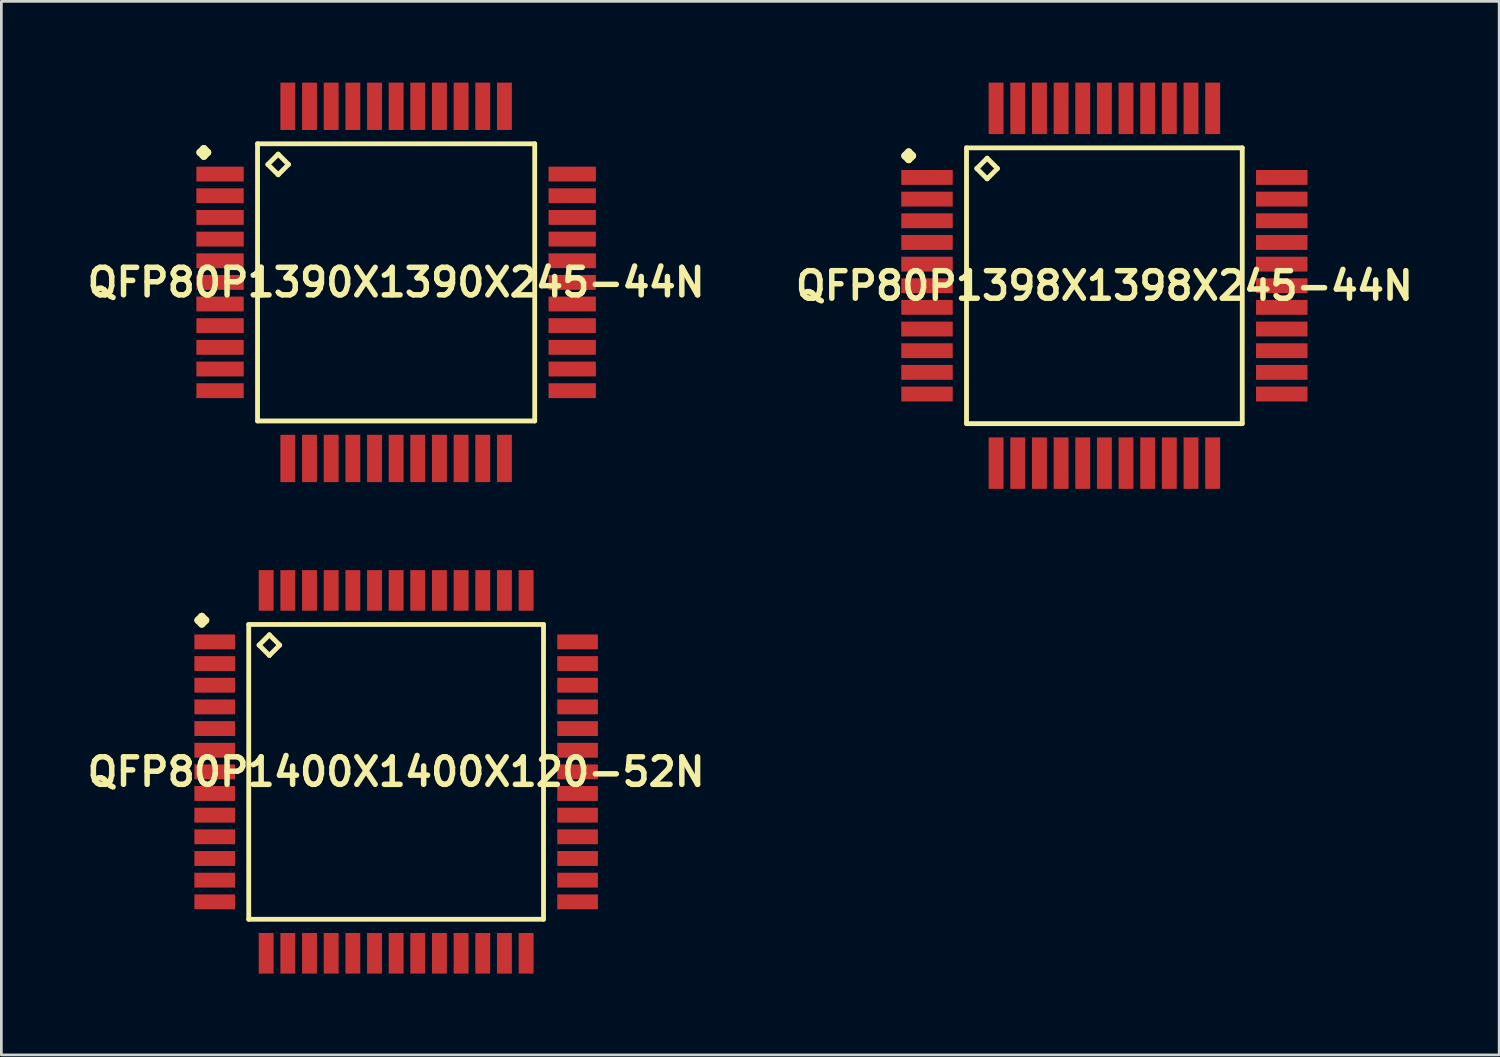
<source format=kicad_pcb>
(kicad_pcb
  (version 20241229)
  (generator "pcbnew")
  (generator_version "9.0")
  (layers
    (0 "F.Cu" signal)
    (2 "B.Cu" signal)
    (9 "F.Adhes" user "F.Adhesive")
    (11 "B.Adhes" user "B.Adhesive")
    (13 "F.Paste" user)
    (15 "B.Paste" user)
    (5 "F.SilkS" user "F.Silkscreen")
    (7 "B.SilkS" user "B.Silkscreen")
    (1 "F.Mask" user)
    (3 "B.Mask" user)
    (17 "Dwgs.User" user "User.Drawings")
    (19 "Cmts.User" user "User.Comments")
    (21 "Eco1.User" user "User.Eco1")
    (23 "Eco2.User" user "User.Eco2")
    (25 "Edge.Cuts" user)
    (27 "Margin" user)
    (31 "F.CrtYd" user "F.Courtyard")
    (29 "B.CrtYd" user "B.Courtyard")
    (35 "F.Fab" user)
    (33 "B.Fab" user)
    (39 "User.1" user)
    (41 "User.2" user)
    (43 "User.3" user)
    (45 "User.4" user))
  (footprint "QFP80P1400X1400X120-52N"
    (layer "F.Cu")
    (at 11.573 25.443)
    (property "Reference" "QFP80P1400X1400X120-52N" (at 0 0 0) (layer "F.SilkS") (effects (font (size 1.016 1.016) (thickness 0.203))))
    (attr smd)
    (fp_line (start -7.31 -5.598) (end -7.173 -5.735) (stroke (width 0.274) (type solid)) (layer "F.SilkS"))
    (fp_line (start -7.173 -5.735) (end -7.036 -5.598) (stroke (width 0.274) (type solid)) (layer "F.SilkS"))
    (fp_line (start -7.173 -5.461) (end -7.31 -5.598) (stroke (width 0.274) (type solid)) (layer "F.SilkS"))
    (fp_line (start -7.036 -5.598) (end -7.173 -5.461) (stroke (width 0.274) (type solid)) (layer "F.SilkS"))
    (fp_line (start -5.441 -5.441) (end -5.441 5.441) (stroke (width 0.178) (type solid)) (layer "F.SilkS"))
    (fp_line (start -5.441 5.441) (end 5.441 5.441) (stroke (width 0.178) (type solid)) (layer "F.SilkS"))
    (fp_line (start -5.06 -4.679) (end -4.679 -5.06) (stroke (width 0.178) (type solid)) (layer "F.SilkS"))
    (fp_line (start -4.679 -5.06) (end -4.298 -4.679) (stroke (width 0.178) (type solid)) (layer "F.SilkS"))
    (fp_line (start -4.679 -4.298) (end -5.06 -4.679) (stroke (width 0.178) (type solid)) (layer "F.SilkS"))
    (fp_line (start -4.298 -4.679) (end -4.679 -4.298) (stroke (width 0.178) (type solid)) (layer "F.SilkS"))
    (fp_line (start 5.441 -5.441) (end -5.441 -5.441) (stroke (width 0.178) (type solid)) (layer "F.SilkS"))
    (fp_line (start 5.441 5.441) (end 5.441 -5.441) (stroke (width 0.178) (type solid)) (layer "F.SilkS"))
    (pad "1" smd rect (at -6.698 -4.798) (size 1.499 0.549) (layers "F.Cu" "F.Mask" "F.Paste"))
    (pad "2" smd rect (at -6.698 -3.998) (size 1.499 0.549) (layers "F.Cu" "F.Mask" "F.Paste"))
    (pad "3" smd rect (at -6.698 -3.198) (size 1.499 0.549) (layers "F.Cu" "F.Mask" "F.Paste"))
    (pad "4" smd rect (at -6.698 -2.398) (size 1.499 0.549) (layers "F.Cu" "F.Mask" "F.Paste"))
    (pad "5" smd rect (at -6.698 -1.598) (size 1.499 0.549) (layers "F.Cu" "F.Mask" "F.Paste"))
    (pad "6" smd rect (at -6.698 -0.798) (size 1.499 0.549) (layers "F.Cu" "F.Mask" "F.Paste"))
    (pad "7" smd rect (at -6.698 0) (size 1.499 0.549) (layers "F.Cu" "F.Mask" "F.Paste"))
    (pad "8" smd rect (at -6.698 0.798) (size 1.499 0.549) (layers "F.Cu" "F.Mask" "F.Paste"))
    (pad "9" smd rect (at -6.698 1.598) (size 1.499 0.549) (layers "F.Cu" "F.Mask" "F.Paste"))
    (pad "10" smd rect (at -6.698 2.398) (size 1.499 0.549) (layers "F.Cu" "F.Mask" "F.Paste"))
    (pad "11" smd rect (at -6.698 3.198) (size 1.499 0.549) (layers "F.Cu" "F.Mask" "F.Paste"))
    (pad "12" smd rect (at -6.698 3.998) (size 1.499 0.549) (layers "F.Cu" "F.Mask" "F.Paste"))
    (pad "13" smd rect (at -6.698 4.798) (size 1.499 0.549) (layers "F.Cu" "F.Mask" "F.Paste"))
    (pad "14" smd rect (at -4.798 6.698) (size 0.549 1.499) (layers "F.Cu" "F.Mask" "F.Paste"))
    (pad "15" smd rect (at -3.998 6.698) (size 0.549 1.499) (layers "F.Cu" "F.Mask" "F.Paste"))
    (pad "16" smd rect (at -3.198 6.698) (size 0.549 1.499) (layers "F.Cu" "F.Mask" "F.Paste"))
    (pad "17" smd rect (at -2.398 6.698) (size 0.549 1.499) (layers "F.Cu" "F.Mask" "F.Paste"))
    (pad "18" smd rect (at -1.598 6.698) (size 0.549 1.499) (layers "F.Cu" "F.Mask" "F.Paste"))
    (pad "19" smd rect (at -0.798 6.698) (size 0.549 1.499) (layers "F.Cu" "F.Mask" "F.Paste"))
    (pad "20" smd rect (at 0 6.698) (size 0.549 1.499) (layers "F.Cu" "F.Mask" "F.Paste"))
    (pad "21" smd rect (at 0.798 6.698) (size 0.549 1.499) (layers "F.Cu" "F.Mask" "F.Paste"))
    (pad "22" smd rect (at 1.598 6.698) (size 0.549 1.499) (layers "F.Cu" "F.Mask" "F.Paste"))
    (pad "23" smd rect (at 2.398 6.698) (size 0.549 1.499) (layers "F.Cu" "F.Mask" "F.Paste"))
    (pad "24" smd rect (at 3.198 6.698) (size 0.549 1.499) (layers "F.Cu" "F.Mask" "F.Paste"))
    (pad "25" smd rect (at 3.998 6.698) (size 0.549 1.499) (layers "F.Cu" "F.Mask" "F.Paste"))
    (pad "26" smd rect (at 4.798 6.698) (size 0.549 1.499) (layers "F.Cu" "F.Mask" "F.Paste"))
    (pad "27" smd rect (at 6.698 4.798) (size 1.499 0.549) (layers "F.Cu" "F.Mask" "F.Paste"))
    (pad "28" smd rect (at 6.698 3.998) (size 1.499 0.549) (layers "F.Cu" "F.Mask" "F.Paste"))
    (pad "29" smd rect (at 6.698 3.198) (size 1.499 0.549) (layers "F.Cu" "F.Mask" "F.Paste"))
    (pad "30" smd rect (at 6.698 2.398) (size 1.499 0.549) (layers "F.Cu" "F.Mask" "F.Paste"))
    (pad "31" smd rect (at 6.698 1.598) (size 1.499 0.549) (layers "F.Cu" "F.Mask" "F.Paste"))
    (pad "32" smd rect (at 6.698 0.798) (size 1.499 0.549) (layers "F.Cu" "F.Mask" "F.Paste"))
    (pad "33" smd rect (at 6.698 0) (size 1.499 0.549) (layers "F.Cu" "F.Mask" "F.Paste"))
    (pad "34" smd rect (at 6.698 -0.798) (size 1.499 0.549) (layers "F.Cu" "F.Mask" "F.Paste"))
    (pad "35" smd rect (at 6.698 -1.598) (size 1.499 0.549) (layers "F.Cu" "F.Mask" "F.Paste"))
    (pad "36" smd rect (at 6.698 -2.398) (size 1.499 0.549) (layers "F.Cu" "F.Mask" "F.Paste"))
    (pad "37" smd rect (at 6.698 -3.198) (size 1.499 0.549) (layers "F.Cu" "F.Mask" "F.Paste"))
    (pad "38" smd rect (at 6.698 -3.998) (size 1.499 0.549) (layers "F.Cu" "F.Mask" "F.Paste"))
    (pad "39" smd rect (at 6.698 -4.798) (size 1.499 0.549) (layers "F.Cu" "F.Mask" "F.Paste"))
    (pad "40" smd rect (at 4.798 -6.698) (size 0.549 1.499) (layers "F.Cu" "F.Mask" "F.Paste"))
    (pad "41" smd rect (at 3.998 -6.698) (size 0.549 1.499) (layers "F.Cu" "F.Mask" "F.Paste"))
    (pad "42" smd rect (at 3.198 -6.698) (size 0.549 1.499) (layers "F.Cu" "F.Mask" "F.Paste"))
    (pad "43" smd rect (at 2.398 -6.698) (size 0.549 1.499) (layers "F.Cu" "F.Mask" "F.Paste"))
    (pad "44" smd rect (at 1.598 -6.698) (size 0.549 1.499) (layers "F.Cu" "F.Mask" "F.Paste"))
    (pad "45" smd rect (at 0.798 -6.698) (size 0.549 1.499) (layers "F.Cu" "F.Mask" "F.Paste"))
    (pad "46" smd rect (at 0 -6.698) (size 0.549 1.499) (layers "F.Cu" "F.Mask" "F.Paste"))
    (pad "47" smd rect (at -0.798 -6.698) (size 0.549 1.499) (layers "F.Cu" "F.Mask" "F.Paste"))
    (pad "48" smd rect (at -1.598 -6.698) (size 0.549 1.499) (layers "F.Cu" "F.Mask" "F.Paste"))
    (pad "49" smd rect (at -2.398 -6.698) (size 0.549 1.499) (layers "F.Cu" "F.Mask" "F.Paste"))
    (pad "50" smd rect (at -3.198 -6.698) (size 0.549 1.499) (layers "F.Cu" "F.Mask" "F.Paste"))
    (pad "51" smd rect (at -3.998 -6.698) (size 0.549 1.499) (layers "F.Cu" "F.Mask" "F.Paste"))
    (pad "52" smd rect (at -4.798 -6.698) (size 0.549 1.499) (layers "F.Cu" "F.Mask" "F.Paste")))
  (footprint "QFP80P1390X1390X245-44N"
    (layer "F.Cu")
    (at 11.573 7.374)
    (property "Reference" "QFP80P1390X1390X245-44N" (at 0 0 0) (layer "F.SilkS") (effects (font (size 1.016 1.016) (thickness 0.203))))
    (attr smd)
    (fp_line (start -7.236 -4.798) (end -7.099 -4.935) (stroke (width 0.274) (type solid)) (layer "F.SilkS"))
    (fp_line (start -7.099 -4.935) (end -6.962 -4.798) (stroke (width 0.274) (type solid)) (layer "F.SilkS"))
    (fp_line (start -7.099 -4.661) (end -7.236 -4.798) (stroke (width 0.274) (type solid)) (layer "F.SilkS"))
    (fp_line (start -6.962 -4.798) (end -7.099 -4.661) (stroke (width 0.274) (type solid)) (layer "F.SilkS"))
    (fp_line (start -5.116 -5.116) (end -5.116 5.116) (stroke (width 0.178) (type solid)) (layer "F.SilkS"))
    (fp_line (start -5.116 5.116) (end 5.116 5.116) (stroke (width 0.178) (type solid)) (layer "F.SilkS"))
    (fp_line (start -4.735 -4.354) (end -4.354 -4.735) (stroke (width 0.178) (type solid)) (layer "F.SilkS"))
    (fp_line (start -4.354 -4.735) (end -3.973 -4.354) (stroke (width 0.178) (type solid)) (layer "F.SilkS"))
    (fp_line (start -4.354 -3.973) (end -4.735 -4.354) (stroke (width 0.178) (type solid)) (layer "F.SilkS"))
    (fp_line (start -3.973 -4.354) (end -4.354 -3.973) (stroke (width 0.178) (type solid)) (layer "F.SilkS"))
    (fp_line (start 5.116 -5.116) (end -5.116 -5.116) (stroke (width 0.178) (type solid)) (layer "F.SilkS"))
    (fp_line (start 5.116 5.116) (end 5.116 -5.116) (stroke (width 0.178) (type solid)) (layer "F.SilkS"))
    (pad "1" smd rect (at -6.5 -3.998) (size 1.748 0.549) (layers "F.Cu" "F.Mask" "F.Paste"))
    (pad "2" smd rect (at -6.5 -3.198) (size 1.748 0.549) (layers "F.Cu" "F.Mask" "F.Paste"))
    (pad "3" smd rect (at -6.5 -2.398) (size 1.748 0.549) (layers "F.Cu" "F.Mask" "F.Paste"))
    (pad "4" smd rect (at -6.5 -1.598) (size 1.748 0.549) (layers "F.Cu" "F.Mask" "F.Paste"))
    (pad "5" smd rect (at -6.5 -0.798) (size 1.748 0.549) (layers "F.Cu" "F.Mask" "F.Paste"))
    (pad "6" smd rect (at -6.5 0) (size 1.748 0.549) (layers "F.Cu" "F.Mask" "F.Paste"))
    (pad "7" smd rect (at -6.5 0.798) (size 1.748 0.549) (layers "F.Cu" "F.Mask" "F.Paste"))
    (pad "8" smd rect (at -6.5 1.598) (size 1.748 0.549) (layers "F.Cu" "F.Mask" "F.Paste"))
    (pad "9" smd rect (at -6.5 2.398) (size 1.748 0.549) (layers "F.Cu" "F.Mask" "F.Paste"))
    (pad "10" smd rect (at -6.5 3.198) (size 1.748 0.549) (layers "F.Cu" "F.Mask" "F.Paste"))
    (pad "11" smd rect (at -6.5 3.998) (size 1.748 0.549) (layers "F.Cu" "F.Mask" "F.Paste"))
    (pad "12" smd rect (at -3.998 6.5) (size 0.549 1.748) (layers "F.Cu" "F.Mask" "F.Paste"))
    (pad "13" smd rect (at -3.198 6.5) (size 0.549 1.748) (layers "F.Cu" "F.Mask" "F.Paste"))
    (pad "14" smd rect (at -2.398 6.5) (size 0.549 1.748) (layers "F.Cu" "F.Mask" "F.Paste"))
    (pad "15" smd rect (at -1.598 6.5) (size 0.549 1.748) (layers "F.Cu" "F.Mask" "F.Paste"))
    (pad "16" smd rect (at -0.798 6.5) (size 0.549 1.748) (layers "F.Cu" "F.Mask" "F.Paste"))
    (pad "17" smd rect (at 0 6.5) (size 0.549 1.748) (layers "F.Cu" "F.Mask" "F.Paste"))
    (pad "18" smd rect (at 0.798 6.5) (size 0.549 1.748) (layers "F.Cu" "F.Mask" "F.Paste"))
    (pad "19" smd rect (at 1.598 6.5) (size 0.549 1.748) (layers "F.Cu" "F.Mask" "F.Paste"))
    (pad "20" smd rect (at 2.398 6.5) (size 0.549 1.748) (layers "F.Cu" "F.Mask" "F.Paste"))
    (pad "21" smd rect (at 3.198 6.5) (size 0.549 1.748) (layers "F.Cu" "F.Mask" "F.Paste"))
    (pad "22" smd rect (at 3.998 6.5) (size 0.549 1.748) (layers "F.Cu" "F.Mask" "F.Paste"))
    (pad "23" smd rect (at 6.5 3.998) (size 1.748 0.549) (layers "F.Cu" "F.Mask" "F.Paste"))
    (pad "24" smd rect (at 6.5 3.198) (size 1.748 0.549) (layers "F.Cu" "F.Mask" "F.Paste"))
    (pad "25" smd rect (at 6.5 2.398) (size 1.748 0.549) (layers "F.Cu" "F.Mask" "F.Paste"))
    (pad "26" smd rect (at 6.5 1.598) (size 1.748 0.549) (layers "F.Cu" "F.Mask" "F.Paste"))
    (pad "27" smd rect (at 6.5 0.798) (size 1.748 0.549) (layers "F.Cu" "F.Mask" "F.Paste"))
    (pad "28" smd rect (at 6.5 0) (size 1.748 0.549) (layers "F.Cu" "F.Mask" "F.Paste"))
    (pad "29" smd rect (at 6.5 -0.798) (size 1.748 0.549) (layers "F.Cu" "F.Mask" "F.Paste"))
    (pad "30" smd rect (at 6.5 -1.598) (size 1.748 0.549) (layers "F.Cu" "F.Mask" "F.Paste"))
    (pad "31" smd rect (at 6.5 -2.398) (size 1.748 0.549) (layers "F.Cu" "F.Mask" "F.Paste"))
    (pad "32" smd rect (at 6.5 -3.198) (size 1.748 0.549) (layers "F.Cu" "F.Mask" "F.Paste"))
    (pad "33" smd rect (at 6.5 -3.998) (size 1.748 0.549) (layers "F.Cu" "F.Mask" "F.Paste"))
    (pad "34" smd rect (at 3.998 -6.5) (size 0.549 1.748) (layers "F.Cu" "F.Mask" "F.Paste"))
    (pad "35" smd rect (at 3.198 -6.5) (size 0.549 1.748) (layers "F.Cu" "F.Mask" "F.Paste"))
    (pad "36" smd rect (at 2.398 -6.5) (size 0.549 1.748) (layers "F.Cu" "F.Mask" "F.Paste"))
    (pad "37" smd rect (at 1.598 -6.5) (size 0.549 1.748) (layers "F.Cu" "F.Mask" "F.Paste"))
    (pad "38" smd rect (at 0.798 -6.5) (size 0.549 1.748) (layers "F.Cu" "F.Mask" "F.Paste"))
    (pad "39" smd rect (at 0 -6.5) (size 0.549 1.748) (layers "F.Cu" "F.Mask" "F.Paste"))
    (pad "40" smd rect (at -0.798 -6.5) (size 0.549 1.748) (layers "F.Cu" "F.Mask" "F.Paste"))
    (pad "41" smd rect (at -1.598 -6.5) (size 0.549 1.748) (layers "F.Cu" "F.Mask" "F.Paste"))
    (pad "42" smd rect (at -2.398 -6.5) (size 0.549 1.748) (layers "F.Cu" "F.Mask" "F.Paste"))
    (pad "43" smd rect (at -3.198 -6.5) (size 0.549 1.748) (layers "F.Cu" "F.Mask" "F.Paste"))
    (pad "44" smd rect (at -3.998 -6.5) (size 0.549 1.748) (layers "F.Cu" "F.Mask" "F.Paste")))
  (footprint "QFP80P1398X1398X245-44N"
    (layer "F.Cu")
    (at 37.718 7.498)
    (property "Reference" "QFP80P1398X1398X245-44N" (at 0 0 0) (layer "F.SilkS") (effects (font (size 1.016 1.016) (thickness 0.203))))
    (attr smd)
    (fp_line (start -7.361 -4.798) (end -7.224 -4.935) (stroke (width 0.274) (type solid)) (layer "F.SilkS"))
    (fp_line (start -7.224 -4.935) (end -7.087 -4.798) (stroke (width 0.274) (type solid)) (layer "F.SilkS"))
    (fp_line (start -7.224 -4.661) (end -7.361 -4.798) (stroke (width 0.274) (type solid)) (layer "F.SilkS"))
    (fp_line (start -7.087 -4.798) (end -7.224 -4.661) (stroke (width 0.274) (type solid)) (layer "F.SilkS"))
    (fp_line (start -5.09 -5.09) (end -5.09 5.09) (stroke (width 0.178) (type solid)) (layer "F.SilkS"))
    (fp_line (start -5.09 5.09) (end 5.09 5.09) (stroke (width 0.178) (type solid)) (layer "F.SilkS"))
    (fp_line (start -4.709 -4.328) (end -4.328 -4.709) (stroke (width 0.178) (type solid)) (layer "F.SilkS"))
    (fp_line (start -4.328 -4.709) (end -3.947 -4.328) (stroke (width 0.178) (type solid)) (layer "F.SilkS"))
    (fp_line (start -4.328 -3.947) (end -4.709 -4.328) (stroke (width 0.178) (type solid)) (layer "F.SilkS"))
    (fp_line (start -3.947 -4.328) (end -4.328 -3.947) (stroke (width 0.178) (type solid)) (layer "F.SilkS"))
    (fp_line (start 5.09 -5.09) (end -5.09 -5.09) (stroke (width 0.178) (type solid)) (layer "F.SilkS"))
    (fp_line (start 5.09 5.09) (end 5.09 -5.09) (stroke (width 0.178) (type solid)) (layer "F.SilkS"))
    (pad "1" smd rect (at -6.548 -3.998) (size 1.9 0.549) (layers "F.Cu" "F.Mask" "F.Paste"))
    (pad "2" smd rect (at -6.548 -3.198) (size 1.9 0.549) (layers "F.Cu" "F.Mask" "F.Paste"))
    (pad "3" smd rect (at -6.548 -2.398) (size 1.9 0.549) (layers "F.Cu" "F.Mask" "F.Paste"))
    (pad "4" smd rect (at -6.548 -1.598) (size 1.9 0.549) (layers "F.Cu" "F.Mask" "F.Paste"))
    (pad "5" smd rect (at -6.548 -0.798) (size 1.9 0.549) (layers "F.Cu" "F.Mask" "F.Paste"))
    (pad "6" smd rect (at -6.548 0) (size 1.9 0.549) (layers "F.Cu" "F.Mask" "F.Paste"))
    (pad "7" smd rect (at -6.548 0.798) (size 1.9 0.549) (layers "F.Cu" "F.Mask" "F.Paste"))
    (pad "8" smd rect (at -6.548 1.598) (size 1.9 0.549) (layers "F.Cu" "F.Mask" "F.Paste"))
    (pad "9" smd rect (at -6.548 2.398) (size 1.9 0.549) (layers "F.Cu" "F.Mask" "F.Paste"))
    (pad "10" smd rect (at -6.548 3.198) (size 1.9 0.549) (layers "F.Cu" "F.Mask" "F.Paste"))
    (pad "11" smd rect (at -6.548 3.998) (size 1.9 0.549) (layers "F.Cu" "F.Mask" "F.Paste"))
    (pad "12" smd rect (at -3.998 6.548) (size 0.549 1.9) (layers "F.Cu" "F.Mask" "F.Paste"))
    (pad "13" smd rect (at -3.198 6.548) (size 0.549 1.9) (layers "F.Cu" "F.Mask" "F.Paste"))
    (pad "14" smd rect (at -2.398 6.548) (size 0.549 1.9) (layers "F.Cu" "F.Mask" "F.Paste"))
    (pad "15" smd rect (at -1.598 6.548) (size 0.549 1.9) (layers "F.Cu" "F.Mask" "F.Paste"))
    (pad "16" smd rect (at -0.798 6.548) (size 0.549 1.9) (layers "F.Cu" "F.Mask" "F.Paste"))
    (pad "17" smd rect (at 0 6.548) (size 0.549 1.9) (layers "F.Cu" "F.Mask" "F.Paste"))
    (pad "18" smd rect (at 0.798 6.548) (size 0.549 1.9) (layers "F.Cu" "F.Mask" "F.Paste"))
    (pad "19" smd rect (at 1.598 6.548) (size 0.549 1.9) (layers "F.Cu" "F.Mask" "F.Paste"))
    (pad "20" smd rect (at 2.398 6.548) (size 0.549 1.9) (layers "F.Cu" "F.Mask" "F.Paste"))
    (pad "21" smd rect (at 3.198 6.548) (size 0.549 1.9) (layers "F.Cu" "F.Mask" "F.Paste"))
    (pad "22" smd rect (at 3.998 6.548) (size 0.549 1.9) (layers "F.Cu" "F.Mask" "F.Paste"))
    (pad "23" smd rect (at 6.548 3.998) (size 1.9 0.549) (layers "F.Cu" "F.Mask" "F.Paste"))
    (pad "24" smd rect (at 6.548 3.198) (size 1.9 0.549) (layers "F.Cu" "F.Mask" "F.Paste"))
    (pad "25" smd rect (at 6.548 2.398) (size 1.9 0.549) (layers "F.Cu" "F.Mask" "F.Paste"))
    (pad "26" smd rect (at 6.548 1.598) (size 1.9 0.549) (layers "F.Cu" "F.Mask" "F.Paste"))
    (pad "27" smd rect (at 6.548 0.798) (size 1.9 0.549) (layers "F.Cu" "F.Mask" "F.Paste"))
    (pad "28" smd rect (at 6.548 0) (size 1.9 0.549) (layers "F.Cu" "F.Mask" "F.Paste"))
    (pad "29" smd rect (at 6.548 -0.798) (size 1.9 0.549) (layers "F.Cu" "F.Mask" "F.Paste"))
    (pad "30" smd rect (at 6.548 -1.598) (size 1.9 0.549) (layers "F.Cu" "F.Mask" "F.Paste"))
    (pad "31" smd rect (at 6.548 -2.398) (size 1.9 0.549) (layers "F.Cu" "F.Mask" "F.Paste"))
    (pad "32" smd rect (at 6.548 -3.198) (size 1.9 0.549) (layers "F.Cu" "F.Mask" "F.Paste"))
    (pad "33" smd rect (at 6.548 -3.998) (size 1.9 0.549) (layers "F.Cu" "F.Mask" "F.Paste"))
    (pad "34" smd rect (at 3.998 -6.548) (size 0.549 1.9) (layers "F.Cu" "F.Mask" "F.Paste"))
    (pad "35" smd rect (at 3.198 -6.548) (size 0.549 1.9) (layers "F.Cu" "F.Mask" "F.Paste"))
    (pad "36" smd rect (at 2.398 -6.548) (size 0.549 1.9) (layers "F.Cu" "F.Mask" "F.Paste"))
    (pad "37" smd rect (at 1.598 -6.548) (size 0.549 1.9) (layers "F.Cu" "F.Mask" "F.Paste"))
    (pad "38" smd rect (at 0.798 -6.548) (size 0.549 1.9) (layers "F.Cu" "F.Mask" "F.Paste"))
    (pad "39" smd rect (at 0 -6.548) (size 0.549 1.9) (layers "F.Cu" "F.Mask" "F.Paste"))
    (pad "40" smd rect (at -0.798 -6.548) (size 0.549 1.9) (layers "F.Cu" "F.Mask" "F.Paste"))
    (pad "41" smd rect (at -1.598 -6.548) (size 0.549 1.9) (layers "F.Cu" "F.Mask" "F.Paste"))
    (pad "42" smd rect (at -2.398 -6.548) (size 0.549 1.9) (layers "F.Cu" "F.Mask" "F.Paste"))
    (pad "43" smd rect (at -3.198 -6.548) (size 0.549 1.9) (layers "F.Cu" "F.Mask" "F.Paste"))
    (pad "44" smd rect (at -3.998 -6.548) (size 0.549 1.9) (layers "F.Cu" "F.Mask" "F.Paste")))
  (gr_rect
    (start -3 -3)
    (end 52.291 35.891)
    (stroke (width 0.1) (type default))
    (fill no)
    (layer "Edge.Cuts")))
</source>
